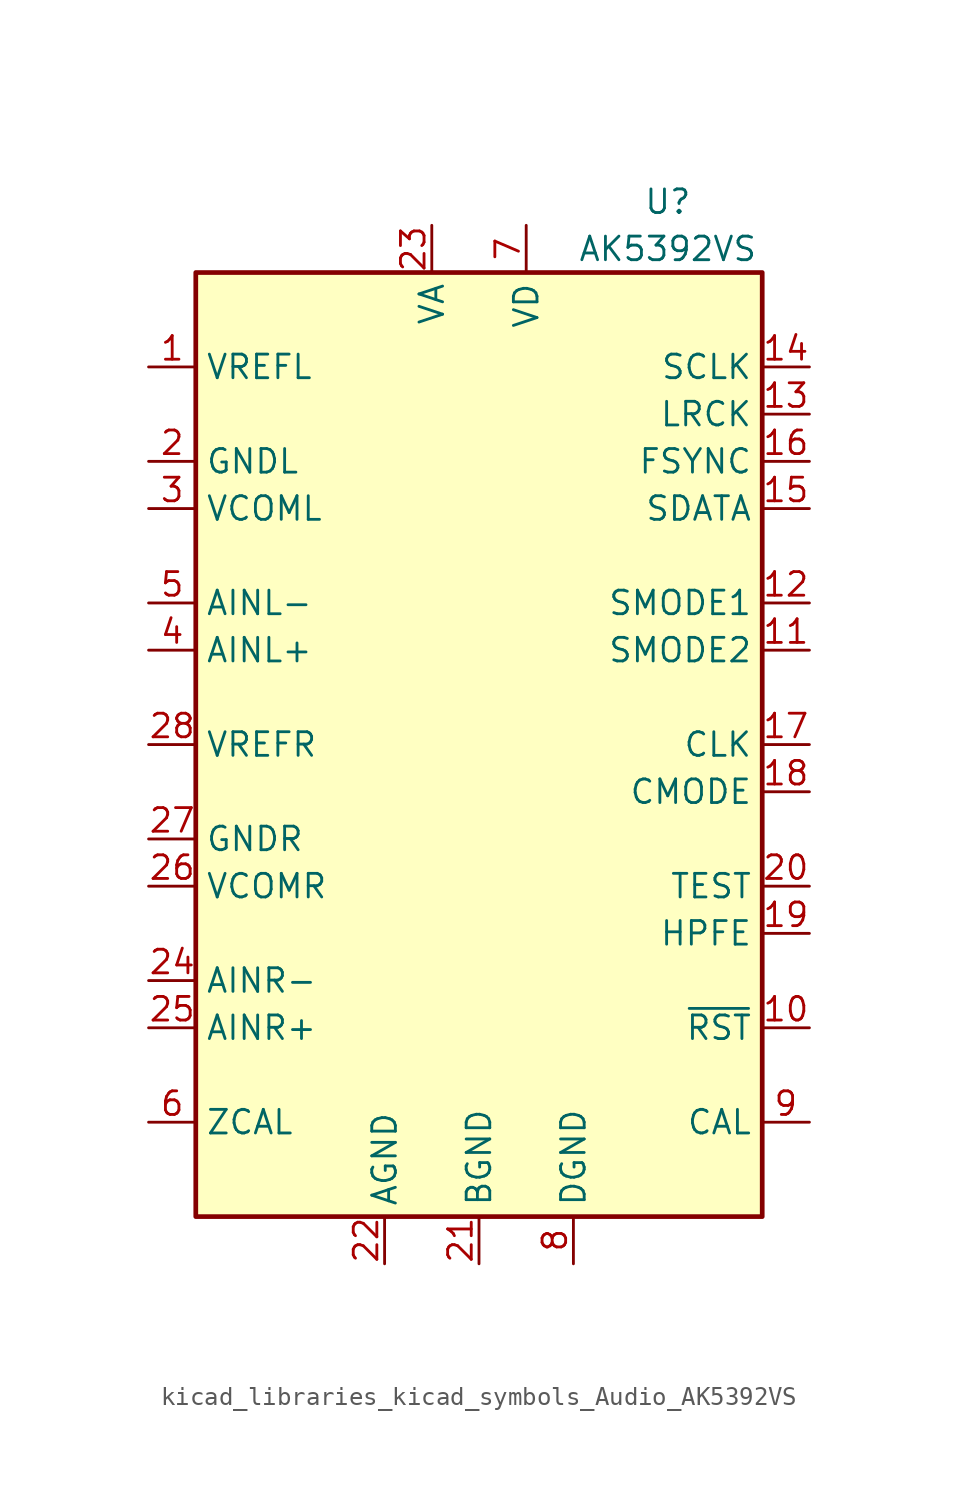
<source format=kicad_sym>
(kicad_symbol_lib
  (version 20220914)
  (generator kicad_symbol_editor)
  (symbol "kicad_libraries_kicad_symbols_Audio_AK5392VS"
    (property "Reference" "U"
      (at 10.16 29.21 0)
      (effects (font (size 1.27 1.27))))
    (property "Value" "AK5392VS"
      (at 10.16 26.67 0)
      (effects (font (size 1.27 1.27))))
    (symbol "kicad_libraries_kicad_symbols_Audio_AK5392VS_0_1"
      (rectangle (start -15.24 25.4) (end 15.24 -25.4) (stroke (width 0.254) (type default)) (fill (type background))))
    (symbol "kicad_libraries_kicad_symbols_Audio_AK5392VS_1_1"
      (pin output line (at -17.78 20.32 0) (length 2.54) (name "VREFL" (effects (font (size 1.27 1.27)))) (number "1" (effects (font (size 1.27 1.27)))))
      (pin input line (at 17.78 -15.24 180) (length 2.54) (name "~{RST}" (effects (font (size 1.27 1.27)))) (number "10" (effects (font (size 1.27 1.27)))))
      (pin input line (at 17.78 5.08 180) (length 2.54) (name "SMODE2" (effects (font (size 1.27 1.27)))) (number "11" (effects (font (size 1.27 1.27)))))
      (pin input line (at 17.78 7.62 180) (length 2.54) (name "SMODE1" (effects (font (size 1.27 1.27)))) (number "12" (effects (font (size 1.27 1.27)))))
      (pin bidirectional line (at 17.78 17.78 180) (length 2.54) (name "LRCK" (effects (font (size 1.27 1.27)))) (number "13" (effects (font (size 1.27 1.27)))))
      (pin bidirectional line (at 17.78 20.32 180) (length 2.54) (name "SCLK" (effects (font (size 1.27 1.27)))) (number "14" (effects (font (size 1.27 1.27)))))
      (pin output line (at 17.78 12.7 180) (length 2.54) (name "SDATA" (effects (font (size 1.27 1.27)))) (number "15" (effects (font (size 1.27 1.27)))))
      (pin bidirectional line (at 17.78 15.24 180) (length 2.54) (name "FSYNC" (effects (font (size 1.27 1.27)))) (number "16" (effects (font (size 1.27 1.27)))))
      (pin input line (at 17.78 0 180) (length 2.54) (name "CLK" (effects (font (size 1.27 1.27)))) (number "17" (effects (font (size 1.27 1.27)))))
      (pin input line (at 17.78 -2.54 180) (length 2.54) (name "CMODE" (effects (font (size 1.27 1.27)))) (number "18" (effects (font (size 1.27 1.27)))))
      (pin input line (at 17.78 -10.16 180) (length 2.54) (name "HPFE" (effects (font (size 1.27 1.27)))) (number "19" (effects (font (size 1.27 1.27)))))
      (pin power_in line (at -17.78 15.24 0) (length 2.54) (name "GNDL" (effects (font (size 1.27 1.27)))) (number "2" (effects (font (size 1.27 1.27)))))
      (pin input line (at 17.78 -7.62 180) (length 2.54) (name "TEST" (effects (font (size 1.27 1.27)))) (number "20" (effects (font (size 1.27 1.27)))))
      (pin power_in line (at 0 -27.94 90) (length 2.54) (name "BGND" (effects (font (size 1.27 1.27)))) (number "21" (effects (font (size 1.27 1.27)))))
      (pin power_in line (at -5.08 -27.94 90) (length 2.54) (name "AGND" (effects (font (size 1.27 1.27)))) (number "22" (effects (font (size 1.27 1.27)))))
      (pin power_in line (at -2.54 27.94 270) (length 2.54) (name "VA" (effects (font (size 1.27 1.27)))) (number "23" (effects (font (size 1.27 1.27)))))
      (pin input line (at -17.78 -12.7 0) (length 2.54) (name "AINR-" (effects (font (size 1.27 1.27)))) (number "24" (effects (font (size 1.27 1.27)))))
      (pin input line (at -17.78 -15.24 0) (length 2.54) (name "AINR+" (effects (font (size 1.27 1.27)))) (number "25" (effects (font (size 1.27 1.27)))))
      (pin output line (at -17.78 -7.62 0) (length 2.54) (name "VCOMR" (effects (font (size 1.27 1.27)))) (number "26" (effects (font (size 1.27 1.27)))))
      (pin output line (at -17.78 -5.08 0) (length 2.54) (name "GNDR" (effects (font (size 1.27 1.27)))) (number "27" (effects (font (size 1.27 1.27)))))
      (pin output line (at -17.78 0 0) (length 2.54) (name "VREFR" (effects (font (size 1.27 1.27)))) (number "28" (effects (font (size 1.27 1.27)))))
      (pin output line (at -17.78 12.7 0) (length 2.54) (name "VCOML" (effects (font (size 1.27 1.27)))) (number "3" (effects (font (size 1.27 1.27)))))
      (pin input line (at -17.78 5.08 0) (length 2.54) (name "AINL+" (effects (font (size 1.27 1.27)))) (number "4" (effects (font (size 1.27 1.27)))))
      (pin input line (at -17.78 7.62 0) (length 2.54) (name "AINL-" (effects (font (size 1.27 1.27)))) (number "5" (effects (font (size 1.27 1.27)))))
      (pin input line (at -17.78 -20.32 0) (length 2.54) (name "ZCAL" (effects (font (size 1.27 1.27)))) (number "6" (effects (font (size 1.27 1.27)))))
      (pin power_in line (at 2.54 27.94 270) (length 2.54) (name "VD" (effects (font (size 1.27 1.27)))) (number "7" (effects (font (size 1.27 1.27)))))
      (pin power_in line (at 5.08 -27.94 90) (length 2.54) (name "DGND" (effects (font (size 1.27 1.27)))) (number "8" (effects (font (size 1.27 1.27)))))
      (pin output line (at 17.78 -20.32 180) (length 2.54) (name "CAL" (effects (font (size 1.27 1.27)))) (number "9" (effects (font (size 1.27 1.27))))))))
</source>
